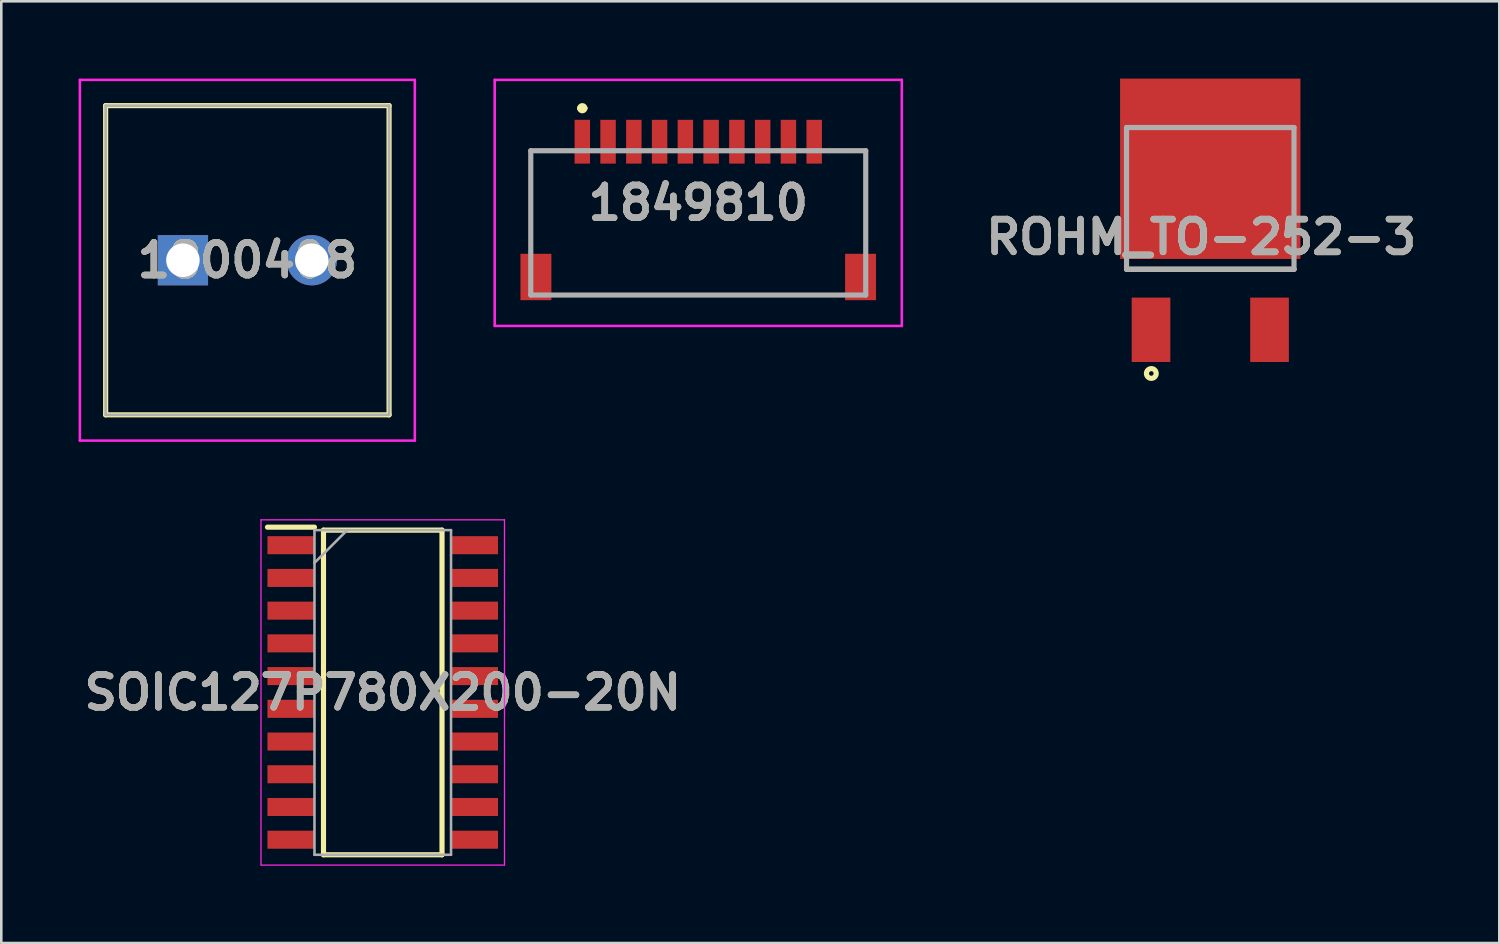
<source format=kicad_pcb>
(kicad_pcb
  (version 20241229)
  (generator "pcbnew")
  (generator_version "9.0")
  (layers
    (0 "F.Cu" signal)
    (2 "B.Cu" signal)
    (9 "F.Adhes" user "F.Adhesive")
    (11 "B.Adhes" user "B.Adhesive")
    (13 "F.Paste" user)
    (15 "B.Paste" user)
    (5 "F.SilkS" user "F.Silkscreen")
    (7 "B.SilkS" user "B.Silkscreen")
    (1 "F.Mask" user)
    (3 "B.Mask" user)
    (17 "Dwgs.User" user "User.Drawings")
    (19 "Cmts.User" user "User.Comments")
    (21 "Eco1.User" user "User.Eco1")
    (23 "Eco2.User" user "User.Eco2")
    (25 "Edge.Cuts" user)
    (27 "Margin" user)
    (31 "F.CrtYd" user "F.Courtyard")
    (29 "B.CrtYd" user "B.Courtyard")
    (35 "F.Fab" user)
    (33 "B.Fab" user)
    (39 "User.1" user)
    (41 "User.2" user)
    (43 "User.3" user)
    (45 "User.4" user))
  (footprint "1800408"
    (layer "F.Cu")
    (at 4.05 7.05)
    (property "Reference" "1800408" (at 2.5 0 0) (layer "F.SilkS") (effects (font (size 1.27 1.27) (thickness 0.254))))
    (attr through_hole)
    (fp_line (start -3 -6) (end 8 -6) (stroke (width 0.2) (type solid)) (layer "F.SilkS"))
    (fp_line (start -3 6) (end -3 -6) (stroke (width 0.2) (type solid)) (layer "F.SilkS"))
    (fp_line (start 8 -6) (end 8 6) (stroke (width 0.2) (type solid)) (layer "F.SilkS"))
    (fp_line (start 8 6) (end -3 6) (stroke (width 0.2) (type solid)) (layer "F.SilkS"))
    (fp_line (start -4 -7) (end 9 -7) (stroke (width 0.1) (type solid)) (layer "F.CrtYd"))
    (fp_line (start -4 7) (end -4 -7) (stroke (width 0.1) (type solid)) (layer "F.CrtYd"))
    (fp_line (start 9 -7) (end 9 7) (stroke (width 0.1) (type solid)) (layer "F.CrtYd"))
    (fp_line (start 9 7) (end -4 7) (stroke (width 0.1) (type solid)) (layer "F.CrtYd"))
    (fp_line (start -3 -6) (end -3 6) (stroke (width 0.1) (type solid)) (layer "F.Fab"))
    (fp_line (start -3 6) (end 8 6) (stroke (width 0.1) (type solid)) (layer "F.Fab"))
    (fp_line (start 8 -6) (end -3 -6) (stroke (width 0.1) (type solid)) (layer "F.Fab"))
    (fp_line (start 8 6) (end 8 -6) (stroke (width 0.1) (type solid)) (layer "F.Fab"))
    (fp_text user "${REFERENCE}" (at 2.5 0 0) (layer "F.Fab") (effects (font (size 1.27 1.27) (thickness 0.254))))
    (pad "1" thru_hole rect (at 0 0) (size 1.95 1.95) (drill 1.3) (layers "*.Cu" "*.Mask"))
    (pad "2" thru_hole circle (at 5 0) (size 1.95 1.95) (drill 1.3) (layers "*.Cu" "*.Mask")))
  (footprint "ROHM_TO-252-3"
    (layer "F.Cu")
    (at 43.922 1.9)
    (property "Reference" "ROHM_TO-252-3" (at -0.352 4.25 0) (layer "F.SilkS") (effects (font (size 1.27 1.27) (thickness 0.254))))
    (attr smd)
    (fp_line (start -3.25 5.5) (end 3.25 5.5) (stroke (width 0.2) (type solid)) (layer "F.SilkS"))
    (fp_circle (center -2.288 9.545) (end -2.288 9.634) (stroke (width 0.2) (type solid)) (fill no) (layer "F.SilkS"))
    (fp_line (start -3.25 0) (end 3.25 0) (stroke (width 0.2) (type solid)) (layer "F.Fab"))
    (fp_line (start -3.25 5.5) (end -3.25 0) (stroke (width 0.2) (type solid)) (layer "F.Fab"))
    (fp_line (start 3.25 0) (end 3.25 5.5) (stroke (width 0.2) (type solid)) (layer "F.Fab"))
    (fp_line (start 3.25 5.5) (end -3.25 5.5) (stroke (width 0.2) (type solid)) (layer "F.Fab"))
    (fp_text user "${REFERENCE}" (at -0.352 4.25 0) (layer "F.Fab") (effects (font (size 1.27 1.27) (thickness 0.254))))
    (pad "1" smd rect (at -2.3 7.85) (size 1.5 2.5) (layers "F.Cu" "F.Mask" "F.Paste"))
    (pad "2" smd rect (at 2.3 7.85) (size 1.5 2.5) (layers "F.Cu" "F.Mask" "F.Paste"))
    (pad "3" smd rect (at 0 1.6 90) (size 7 7) (layers "F.Cu" "F.Mask" "F.Paste")))
  (footprint "SOIC127P780X200-20N"
    (layer "F.Cu")
    (at 11.805 23.825)
    (property "Reference" "SOIC127P780X200-20N" (at 0 0 0) (layer "F.SilkS") (effects (font (size 1.27 1.27) (thickness 0.254))))
    (attr smd)
    (fp_line (start -4.475 -6.415) (end -2.65 -6.415) (stroke (width 0.2) (type solid)) (layer "F.SilkS"))
    (fp_line (start -2.3 -6.3) (end 2.3 -6.3) (stroke (width 0.2) (type solid)) (layer "F.SilkS"))
    (fp_line (start -2.3 6.3) (end -2.3 -6.3) (stroke (width 0.2) (type solid)) (layer "F.SilkS"))
    (fp_line (start 2.3 -6.3) (end 2.3 6.3) (stroke (width 0.2) (type solid)) (layer "F.SilkS"))
    (fp_line (start 2.3 6.3) (end -2.3 6.3) (stroke (width 0.2) (type solid)) (layer "F.SilkS"))
    (fp_line (start -4.725 -6.7) (end 4.725 -6.7) (stroke (width 0.05) (type solid)) (layer "F.CrtYd"))
    (fp_line (start -4.725 6.7) (end -4.725 -6.7) (stroke (width 0.05) (type solid)) (layer "F.CrtYd"))
    (fp_line (start 4.725 -6.7) (end 4.725 6.7) (stroke (width 0.05) (type solid)) (layer "F.CrtYd"))
    (fp_line (start 4.725 6.7) (end -4.725 6.7) (stroke (width 0.05) (type solid)) (layer "F.CrtYd"))
    (fp_line (start -2.65 -6.3) (end 2.65 -6.3) (stroke (width 0.1) (type solid)) (layer "F.Fab"))
    (fp_line (start -2.65 -5.03) (end -1.38 -6.3) (stroke (width 0.1) (type solid)) (layer "F.Fab"))
    (fp_line (start -2.65 6.3) (end -2.65 -6.3) (stroke (width 0.1) (type solid)) (layer "F.Fab"))
    (fp_line (start 2.65 -6.3) (end 2.65 6.3) (stroke (width 0.1) (type solid)) (layer "F.Fab"))
    (fp_line (start 2.65 6.3) (end -2.65 6.3) (stroke (width 0.1) (type solid)) (layer "F.Fab"))
    (fp_text user "${REFERENCE}" (at 0 0 0) (layer "F.Fab") (effects (font (size 1.27 1.27) (thickness 0.254))))
    (pad "1" smd rect (at -3.562 -5.715 90) (size 0.7 1.825) (layers "F.Cu" "F.Mask" "F.Paste"))
    (pad "2" smd rect (at -3.562 -4.445 90) (size 0.7 1.825) (layers "F.Cu" "F.Mask" "F.Paste"))
    (pad "3" smd rect (at -3.562 -3.175 90) (size 0.7 1.825) (layers "F.Cu" "F.Mask" "F.Paste"))
    (pad "4" smd rect (at -3.562 -1.905 90) (size 0.7 1.825) (layers "F.Cu" "F.Mask" "F.Paste"))
    (pad "5" smd rect (at -3.562 -0.635 90) (size 0.7 1.825) (layers "F.Cu" "F.Mask" "F.Paste"))
    (pad "6" smd rect (at -3.562 0.635 90) (size 0.7 1.825) (layers "F.Cu" "F.Mask" "F.Paste"))
    (pad "7" smd rect (at -3.562 1.905 90) (size 0.7 1.825) (layers "F.Cu" "F.Mask" "F.Paste"))
    (pad "8" smd rect (at -3.562 3.175 90) (size 0.7 1.825) (layers "F.Cu" "F.Mask" "F.Paste"))
    (pad "9" smd rect (at -3.562 4.445 90) (size 0.7 1.825) (layers "F.Cu" "F.Mask" "F.Paste"))
    (pad "10" smd rect (at -3.562 5.715 90) (size 0.7 1.825) (layers "F.Cu" "F.Mask" "F.Paste"))
    (pad "11" smd rect (at 3.562 5.715 90) (size 0.7 1.825) (layers "F.Cu" "F.Mask" "F.Paste"))
    (pad "12" smd rect (at 3.562 4.445 90) (size 0.7 1.825) (layers "F.Cu" "F.Mask" "F.Paste"))
    (pad "13" smd rect (at 3.562 3.175 90) (size 0.7 1.825) (layers "F.Cu" "F.Mask" "F.Paste"))
    (pad "14" smd rect (at 3.562 1.905 90) (size 0.7 1.825) (layers "F.Cu" "F.Mask" "F.Paste"))
    (pad "15" smd rect (at 3.562 0.635 90) (size 0.7 1.825) (layers "F.Cu" "F.Mask" "F.Paste"))
    (pad "16" smd rect (at 3.562 -0.635 90) (size 0.7 1.825) (layers "F.Cu" "F.Mask" "F.Paste"))
    (pad "17" smd rect (at 3.562 -1.905 90) (size 0.7 1.825) (layers "F.Cu" "F.Mask" "F.Paste"))
    (pad "18" smd rect (at 3.562 -3.175 90) (size 0.7 1.825) (layers "F.Cu" "F.Mask" "F.Paste"))
    (pad "19" smd rect (at 3.562 -4.445 90) (size 0.7 1.825) (layers "F.Cu" "F.Mask" "F.Paste"))
    (pad "20" smd rect (at 3.562 -5.715 90) (size 0.7 1.825) (layers "F.Cu" "F.Mask" "F.Paste")))
  (footprint "1849810"
    (layer "F.Cu")
    (at 24.05 4.825)
    (property "Reference" "1849810" (at 0 0 0) (layer "F.SilkS") (effects (font (size 1.27 1.27) (thickness 0.254))))
    (attr smd)
    (fp_line (start -6.5 -2.025) (end -5.5 -2.025) (stroke (width 0.1) (type solid)) (layer "F.SilkS"))
    (fp_line (start -6.5 1.625) (end -6.5 -2.025) (stroke (width 0.1) (type solid)) (layer "F.SilkS"))
    (fp_line (start -5 3.575) (end 5 3.575) (stroke (width 0.1) (type solid)) (layer "F.SilkS"))
    (fp_line (start -4.6 -3.675) (end -4.6 -3.675) (stroke (width 0.2) (type solid)) (layer "F.SilkS"))
    (fp_line (start -4.4 -3.675) (end -4.4 -3.675) (stroke (width 0.2) (type solid)) (layer "F.SilkS"))
    (fp_line (start 5.5 -2.025) (end 6.5 -2.025) (stroke (width 0.1) (type solid)) (layer "F.SilkS"))
    (fp_line (start 6.5 -2.025) (end 6.5 1.625) (stroke (width 0.1) (type solid)) (layer "F.SilkS"))
    (fp_arc (start -4.6 -3.675) (mid -4.5 -3.775) (end -4.4 -3.675) (stroke (width 0.2) (type solid)) (layer "F.SilkS"))
    (fp_arc (start -4.4 -3.675) (mid -4.5 -3.575) (end -4.6 -3.675) (stroke (width 0.2) (type solid)) (layer "F.SilkS"))
    (fp_line (start -7.9 -4.775) (end 7.9 -4.775) (stroke (width 0.1) (type solid)) (layer "F.CrtYd"))
    (fp_line (start -7.9 4.775) (end -7.9 -4.775) (stroke (width 0.1) (type solid)) (layer "F.CrtYd"))
    (fp_line (start 7.9 -4.775) (end 7.9 4.775) (stroke (width 0.1) (type solid)) (layer "F.CrtYd"))
    (fp_line (start 7.9 4.775) (end -7.9 4.775) (stroke (width 0.1) (type solid)) (layer "F.CrtYd"))
    (fp_line (start -6.5 -2.025) (end 6.5 -2.025) (stroke (width 0.2) (type solid)) (layer "F.Fab"))
    (fp_line (start -6.5 3.575) (end -6.5 -2.025) (stroke (width 0.2) (type solid)) (layer "F.Fab"))
    (fp_line (start 6.5 -2.025) (end 6.5 3.575) (stroke (width 0.2) (type solid)) (layer "F.Fab"))
    (fp_line (start 6.5 3.575) (end -6.5 3.575) (stroke (width 0.2) (type solid)) (layer "F.Fab"))
    (fp_text user "${REFERENCE}" (at 0 0 0) (layer "F.Fab") (effects (font (size 1.27 1.27) (thickness 0.254))))
    (pad "1" smd rect (at -4.5 -2.375) (size 0.6 1.7) (layers "F.Cu" "F.Mask" "F.Paste"))
    (pad "2" smd rect (at -3.5 -2.375) (size 0.6 1.7) (layers "F.Cu" "F.Mask" "F.Paste"))
    (pad "3" smd rect (at -2.5 -2.375) (size 0.6 1.7) (layers "F.Cu" "F.Mask" "F.Paste"))
    (pad "4" smd rect (at -1.5 -2.375) (size 0.6 1.7) (layers "F.Cu" "F.Mask" "F.Paste"))
    (pad "5" smd rect (at -0.5 -2.375) (size 0.6 1.7) (layers "F.Cu" "F.Mask" "F.Paste"))
    (pad "6" smd rect (at 0.5 -2.375) (size 0.6 1.7) (layers "F.Cu" "F.Mask" "F.Paste"))
    (pad "7" smd rect (at 1.5 -2.375) (size 0.6 1.7) (layers "F.Cu" "F.Mask" "F.Paste"))
    (pad "8" smd rect (at 2.5 -2.375) (size 0.6 1.7) (layers "F.Cu" "F.Mask" "F.Paste"))
    (pad "9" smd rect (at 3.5 -2.375) (size 0.6 1.7) (layers "F.Cu" "F.Mask" "F.Paste"))
    (pad "10" smd rect (at 4.5 -2.375) (size 0.6 1.7) (layers "F.Cu" "F.Mask" "F.Paste"))
    (pad "11" smd rect (at -6.3 2.875) (size 1.2 1.8) (layers "F.Cu" "F.Mask" "F.Paste"))
    (pad "12" smd rect (at 6.3 2.875) (size 1.2 1.8) (layers "F.Cu" "F.Mask" "F.Paste")))
  (gr_rect
    (start -3 -3)
    (end 55.139 33.55)
    (stroke (width 0.1) (type default))
    (fill no)
    (layer "Edge.Cuts")))
</source>
